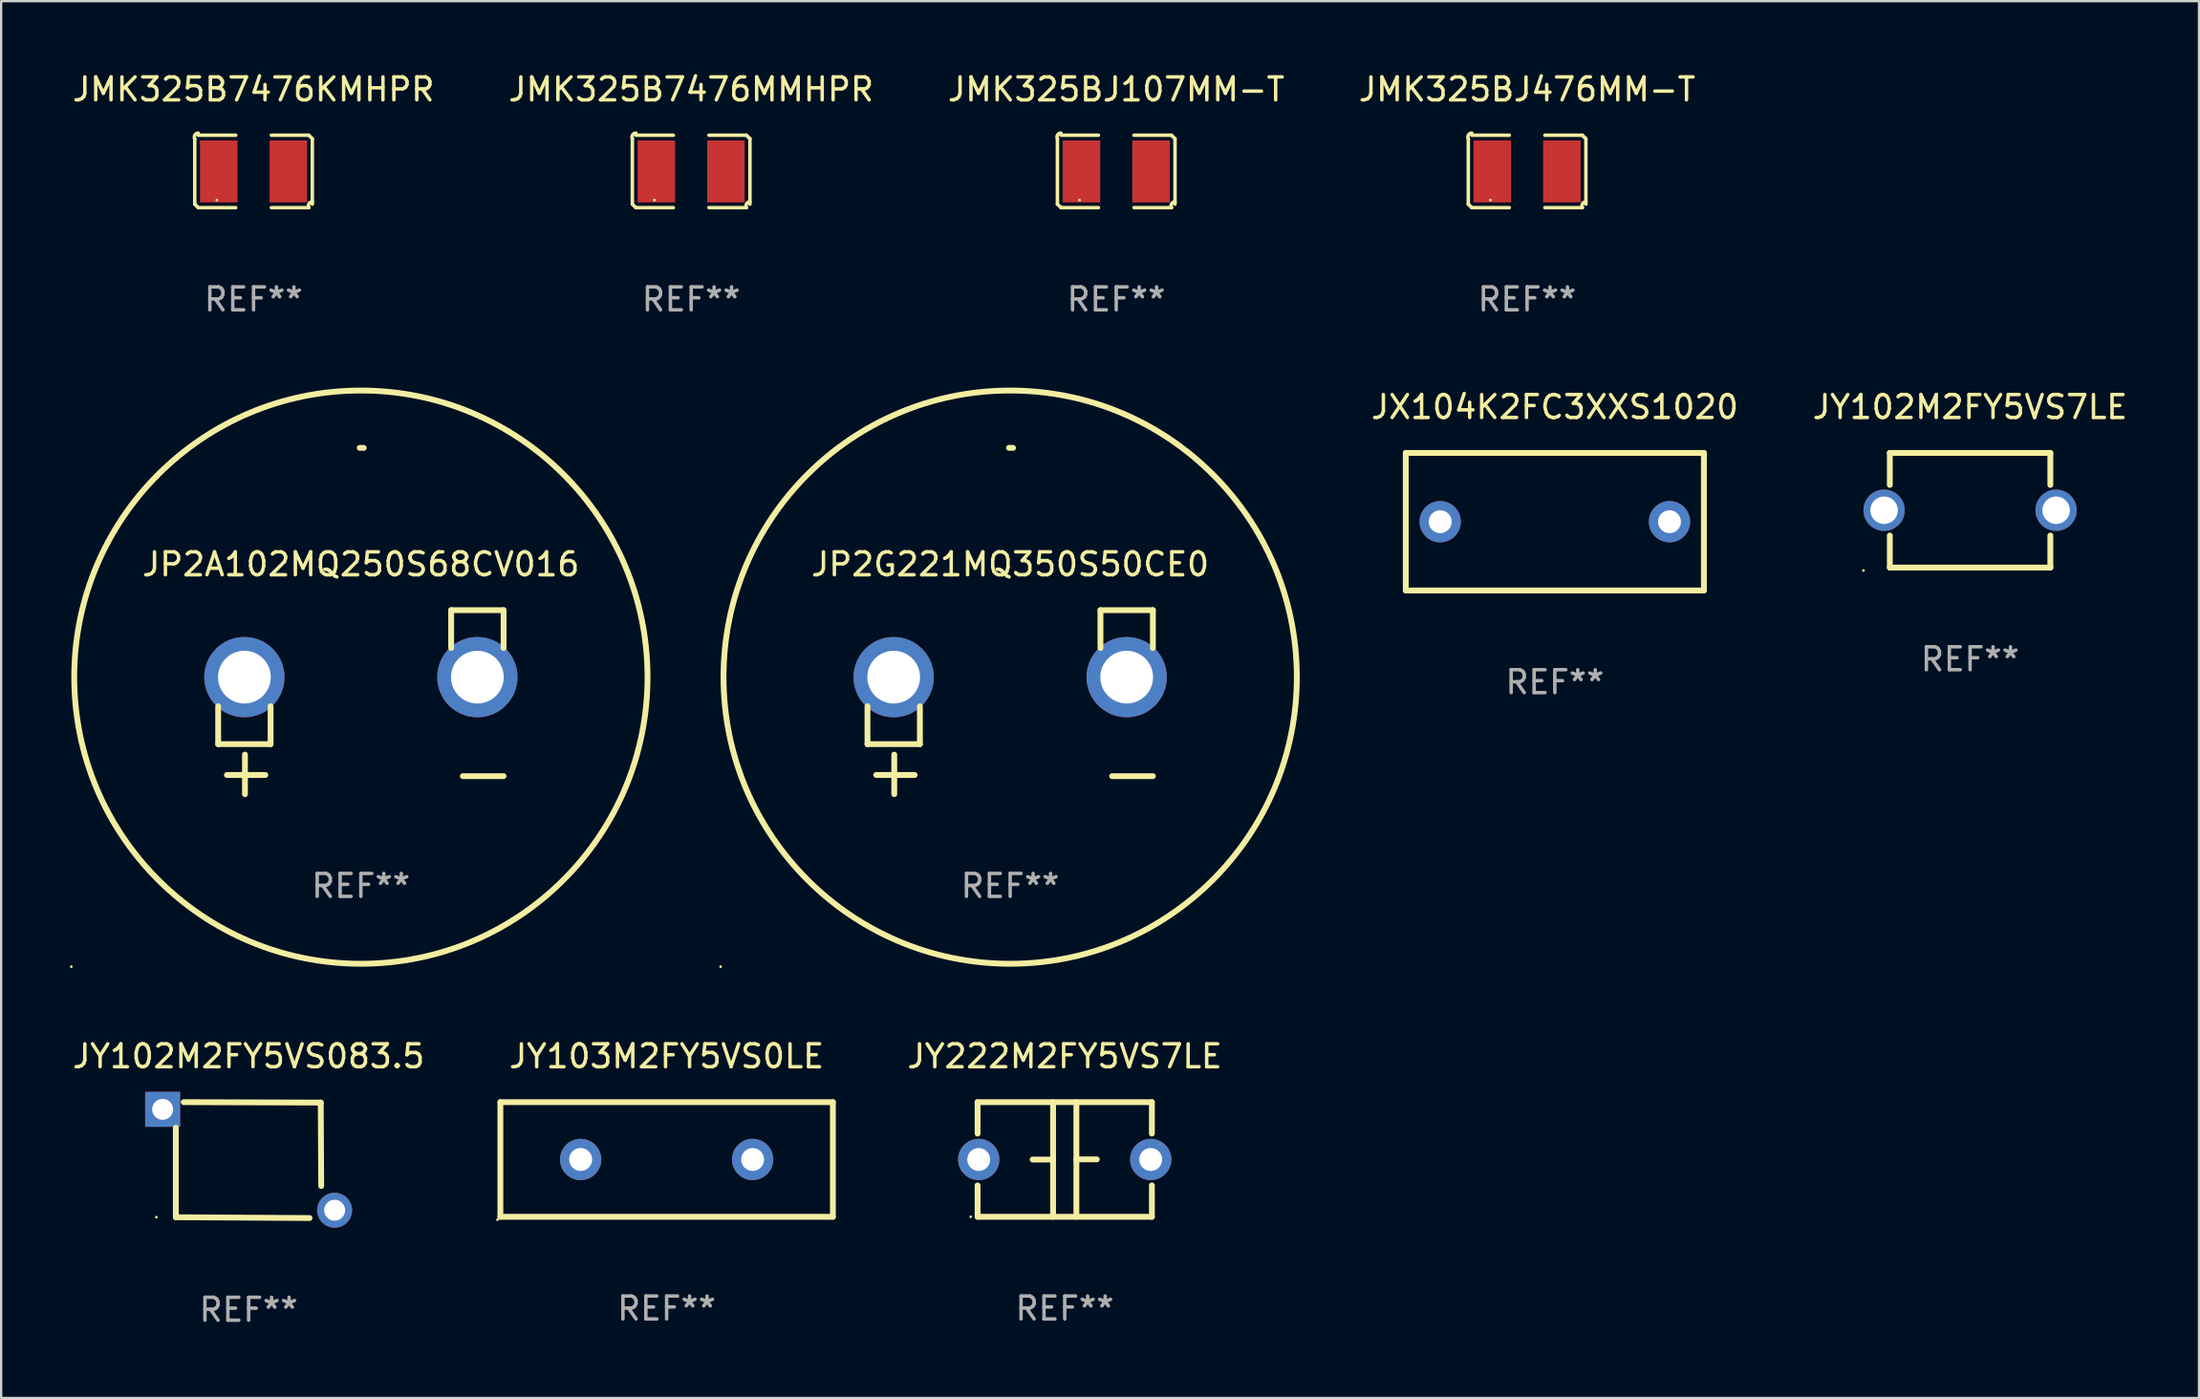
<source format=kicad_pcb>
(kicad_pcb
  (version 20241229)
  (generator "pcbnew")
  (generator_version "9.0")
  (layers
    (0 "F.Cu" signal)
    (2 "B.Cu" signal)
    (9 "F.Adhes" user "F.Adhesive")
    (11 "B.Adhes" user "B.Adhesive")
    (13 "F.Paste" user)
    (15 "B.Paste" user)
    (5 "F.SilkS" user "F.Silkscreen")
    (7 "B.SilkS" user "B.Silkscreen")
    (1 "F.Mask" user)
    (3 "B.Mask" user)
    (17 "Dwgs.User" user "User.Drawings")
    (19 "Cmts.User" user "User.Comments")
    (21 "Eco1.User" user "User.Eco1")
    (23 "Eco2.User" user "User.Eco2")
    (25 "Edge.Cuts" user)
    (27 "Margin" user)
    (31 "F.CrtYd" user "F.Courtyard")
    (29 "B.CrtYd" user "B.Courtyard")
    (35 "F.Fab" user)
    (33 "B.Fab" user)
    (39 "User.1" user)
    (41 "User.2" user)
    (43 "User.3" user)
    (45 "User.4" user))
  (footprint "JMK325BJ476MM-T"
    (layer "F.Cu")
    (at 63.542 4.427)
    (property "Reference" "JMK325BJ476MM-T" (at 0 -3.579 0) (layer "F.SilkS") (effects (font (size 1 1) (thickness 0.15))))
    (attr through_hole)
    (fp_line (start -2.564 1.426) (end -2.564 -1.426) (stroke (width 0.152) (type solid)) (layer "F.SilkS"))
    (fp_line (start -2.411 -1.579) (end -0.776 -1.579) (stroke (width 0.152) (type solid)) (layer "F.SilkS"))
    (fp_line (start -0.776 1.579) (end -2.411 1.579) (stroke (width 0.152) (type solid)) (layer "F.SilkS"))
    (fp_line (start 0.776 1.579) (end 2.411 1.579) (stroke (width 0.152) (type solid)) (layer "F.SilkS"))
    (fp_line (start 2.411 -1.579) (end 0.776 -1.579) (stroke (width 0.152) (type solid)) (layer "F.SilkS"))
    (fp_line (start 2.564 1.426) (end 2.564 -1.426) (stroke (width 0.152) (type solid)) (layer "F.SilkS"))
    (fp_arc (start -2.563602 -1.426213) (mid -2.555597 -1.591233) (end -2.411201 -1.671518) (stroke (width 0.1524) (type solid)) (layer "F.SilkS"))
    (fp_arc (start -2.5636 1.426214) (mid -2.487389 1.502402) (end -2.411201 1.578613) (stroke (width 0.1524) (type solid)) (layer "F.SilkS"))
    (fp_arc (start 2.411197 -1.578618) (mid 2.487403 -1.502419) (end 2.563602 -1.426213) (stroke (width 0.1524) (type solid)) (layer "F.SilkS"))
    (fp_arc (start 2.411201 1.578613) (mid 2.416214 1.409455) (end 2.563602 1.32629) (stroke (width 0.1524) (type solid)) (layer "F.SilkS"))
    (fp_circle (center -1.6 1.25) (end -1.57 1.25) (stroke (width 0.06) (type solid)) (fill no) (layer "F.SilkS"))
    (fp_text user "REF**" (at 0 5.579 0) (layer "F.Fab") (effects (font (size 1 1) (thickness 0.15))))
    (pad "1" smd rect (at -1.517 0) (size 1.635 2.7) (layers "F.Cu" "F.Mask" "F.Paste"))
    (pad "2" smd rect (at 1.517 0) (size 1.635 2.7) (layers "F.Cu" "F.Mask" "F.Paste")))
  (footprint "JX104K2FC3XXS1020"
    (layer "F.Cu")
    (at 64.752 19.702)
    (property "Reference" "JX104K2FC3XXS1020" (at 0 -5 0) (layer "F.SilkS") (effects (font (size 1 1) (thickness 0.15))))
    (attr through_hole)
    (fp_line (start -6.5 -3) (end 6.5 -3) (stroke (width 0.254) (type solid)) (layer "F.SilkS"))
    (fp_line (start -6.5 3) (end -6.5 -3) (stroke (width 0.254) (type solid)) (layer "F.SilkS"))
    (fp_line (start 6.5 -3) (end 6.5 3) (stroke (width 0.254) (type solid)) (layer "F.SilkS"))
    (fp_line (start 6.5 3) (end -6.5 3) (stroke (width 0.254) (type solid)) (layer "F.SilkS"))
    (fp_circle (center -6.5 3) (end -6.47 3) (stroke (width 0.06) (type solid)) (fill no) (layer "F.SilkS"))
    (fp_text user "REF**" (at 0 7 0) (layer "F.Fab") (effects (font (size 1 1) (thickness 0.15))))
    (pad "1" thru_hole circle (at -5 0) (size 1.8 1.8) (drill 1) (layers "*.Cu" "*.Mask"))
    (pad "2" thru_hole circle (at 5 0) (size 1.8 1.8) (drill 1) (layers "*.Cu" "*.Mask")))
  (footprint "JP2A102MQ250S68CV016"
    (layer "F.Cu")
    (at 12.687 27.573)
    (property "Reference" "JP2A102MQ250S68CV016" (at 0 -6.013 0) (layer "F.SilkS") (effects (font (size 1 1) (thickness 0.15))))
    (attr through_hole)
    (fp_line (start -6.223 0.178) (end -6.223 1.829) (stroke (width 0.254) (type solid)) (layer "F.SilkS"))
    (fp_line (start -6.223 1.829) (end -3.937 1.829) (stroke (width 0.254) (type solid)) (layer "F.SilkS"))
    (fp_line (start -5.055 4.013) (end -5.055 2.286) (stroke (width 0.254) (type solid)) (layer "F.SilkS"))
    (fp_line (start -4.166 3.175) (end -5.842 3.175) (stroke (width 0.254) (type solid)) (layer "F.SilkS"))
    (fp_line (start -3.937 1.829) (end -3.937 0.178) (stroke (width 0.254) (type solid)) (layer "F.SilkS"))
    (fp_line (start 3.937 -4.013) (end 3.937 -2.362) (stroke (width 0.254) (type solid)) (layer "F.SilkS"))
    (fp_line (start 6.223 -4.013) (end 3.937 -4.013) (stroke (width 0.254) (type solid)) (layer "F.SilkS"))
    (fp_line (start 6.223 -2.362) (end 6.223 -4.013) (stroke (width 0.254) (type solid)) (layer "F.SilkS"))
    (fp_line (start 6.223 3.226) (end 4.445 3.226) (stroke (width 0.254) (type solid)) (layer "F.SilkS"))
    (fp_arc (start -0.0508 -11.092202) (mid 0.036835 -11.091307) (end 0.12446 -11.089662) (stroke (width 0.254001) (type solid)) (layer "F.SilkS"))
    (fp_circle (center -12.627 11.535) (end -12.597 11.535) (stroke (width 0.06) (type solid)) (fill no) (layer "F.SilkS"))
    (fp_circle (center 0 -1.092) (end 12.5 -1.092) (stroke (width 0.254) (type solid)) (fill no) (layer "F.SilkS"))
    (fp_text user "REF**" (at 0 8.013 0) (layer "F.Fab") (effects (font (size 1 1) (thickness 0.15))))
    (pad "1" thru_hole circle (at -5.08 -1.092) (size 3.5 3.5) (drill 2.3) (layers "*.Cu" "*.Mask"))
    (pad "2" thru_hole circle (at 5.08 -1.092) (size 3.5 3.5) (drill 2.3) (layers "*.Cu" "*.Mask")))
  (footprint "JMK325B7476KMHPR"
    (layer "F.Cu")
    (at 8.006 4.427)
    (property "Reference" "JMK325B7476KMHPR" (at 0 -3.579 0) (layer "F.SilkS") (effects (font (size 1 1) (thickness 0.15))))
    (attr through_hole)
    (fp_line (start -2.564 1.426) (end -2.564 -1.426) (stroke (width 0.152) (type solid)) (layer "F.SilkS"))
    (fp_line (start -2.411 -1.579) (end -0.776 -1.579) (stroke (width 0.152) (type solid)) (layer "F.SilkS"))
    (fp_line (start -0.776 1.579) (end -2.411 1.579) (stroke (width 0.152) (type solid)) (layer "F.SilkS"))
    (fp_line (start 0.776 1.579) (end 2.411 1.579) (stroke (width 0.152) (type solid)) (layer "F.SilkS"))
    (fp_line (start 2.411 -1.579) (end 0.776 -1.579) (stroke (width 0.152) (type solid)) (layer "F.SilkS"))
    (fp_line (start 2.564 1.426) (end 2.564 -1.426) (stroke (width 0.152) (type solid)) (layer "F.SilkS"))
    (fp_arc (start -2.563602 -1.426213) (mid -2.555597 -1.591233) (end -2.411201 -1.671518) (stroke (width 0.1524) (type solid)) (layer "F.SilkS"))
    (fp_arc (start -2.5636 1.426214) (mid -2.487389 1.502402) (end -2.411201 1.578613) (stroke (width 0.1524) (type solid)) (layer "F.SilkS"))
    (fp_arc (start 2.411197 -1.578618) (mid 2.487403 -1.502419) (end 2.563602 -1.426213) (stroke (width 0.1524) (type solid)) (layer "F.SilkS"))
    (fp_arc (start 2.411201 1.578613) (mid 2.416214 1.409455) (end 2.563602 1.32629) (stroke (width 0.1524) (type solid)) (layer "F.SilkS"))
    (fp_circle (center -1.6 1.25) (end -1.57 1.25) (stroke (width 0.06) (type solid)) (fill no) (layer "F.SilkS"))
    (fp_text user "REF**" (at 0 5.579 0) (layer "F.Fab") (effects (font (size 1 1) (thickness 0.15))))
    (pad "1" smd rect (at -1.517 0) (size 1.635 2.7) (layers "F.Cu" "F.Mask" "F.Paste"))
    (pad "2" smd rect (at 1.517 0) (size 1.635 2.7) (layers "F.Cu" "F.Mask" "F.Paste")))
  (footprint "JMK325BJ107MM-T"
    (layer "F.Cu")
    (at 45.625 4.427)
    (property "Reference" "JMK325BJ107MM-T" (at 0 -3.579 0) (layer "F.SilkS") (effects (font (size 1 1) (thickness 0.15))))
    (attr through_hole)
    (fp_line (start -2.564 1.426) (end -2.564 -1.426) (stroke (width 0.152) (type solid)) (layer "F.SilkS"))
    (fp_line (start -2.411 -1.579) (end -0.776 -1.579) (stroke (width 0.152) (type solid)) (layer "F.SilkS"))
    (fp_line (start -0.776 1.579) (end -2.411 1.579) (stroke (width 0.152) (type solid)) (layer "F.SilkS"))
    (fp_line (start 0.776 1.579) (end 2.411 1.579) (stroke (width 0.152) (type solid)) (layer "F.SilkS"))
    (fp_line (start 2.411 -1.579) (end 0.776 -1.579) (stroke (width 0.152) (type solid)) (layer "F.SilkS"))
    (fp_line (start 2.564 1.426) (end 2.564 -1.426) (stroke (width 0.152) (type solid)) (layer "F.SilkS"))
    (fp_arc (start -2.563602 -1.426213) (mid -2.555597 -1.591233) (end -2.411201 -1.671518) (stroke (width 0.1524) (type solid)) (layer "F.SilkS"))
    (fp_arc (start -2.5636 1.426214) (mid -2.487389 1.502402) (end -2.411201 1.578613) (stroke (width 0.1524) (type solid)) (layer "F.SilkS"))
    (fp_arc (start 2.411197 -1.578618) (mid 2.487403 -1.502419) (end 2.563602 -1.426213) (stroke (width 0.1524) (type solid)) (layer "F.SilkS"))
    (fp_arc (start 2.411201 1.578613) (mid 2.416214 1.409455) (end 2.563602 1.32629) (stroke (width 0.1524) (type solid)) (layer "F.SilkS"))
    (fp_circle (center -1.6 1.25) (end -1.57 1.25) (stroke (width 0.06) (type solid)) (fill no) (layer "F.SilkS"))
    (fp_text user "REF**" (at 0 5.579 0) (layer "F.Fab") (effects (font (size 1 1) (thickness 0.15))))
    (pad "1" smd rect (at -1.517 0) (size 1.635 2.7) (layers "F.Cu" "F.Mask" "F.Paste"))
    (pad "2" smd rect (at 1.517 0) (size 1.635 2.7) (layers "F.Cu" "F.Mask" "F.Paste")))
  (footprint "JY103M2FY5VS0LE"
    (layer "F.Cu")
    (at 26.02 47.516)
    (property "Reference" "JY103M2FY5VS0LE" (at 0 -4.5 0) (layer "F.SilkS") (effects (font (size 1 1) (thickness 0.15))))
    (attr through_hole)
    (fp_line (start -7.25 -2.5) (end -7.25 2.5) (stroke (width 0.254) (type solid)) (layer "F.SilkS"))
    (fp_line (start -7.25 -2.5) (end 7.25 -2.5) (stroke (width 0.254) (type solid)) (layer "F.SilkS"))
    (fp_line (start 7.25 2.5) (end -7.25 2.5) (stroke (width 0.254) (type solid)) (layer "F.SilkS"))
    (fp_line (start 7.25 -2.5) (end 7.25 2.5) (stroke (width 0.254) (type solid)) (layer "F.SilkS"))
    (fp_circle (center -7.377 2.627) (end -7.347 2.627) (stroke (width 0.06) (type solid)) (fill no) (layer "F.SilkS"))
    (fp_text user "REF**" (at 0 6.5 0) (layer "F.Fab") (effects (font (size 1 1) (thickness 0.15))))
    (pad "1" thru_hole circle (at -3.75 0) (size 1.8 1.8) (drill 1) (layers "*.Cu" "*.Mask"))
    (pad "2" thru_hole circle (at 3.75 0) (size 1.8 1.8) (drill 1) (layers "*.Cu" "*.Mask")))
  (footprint "JMK325B7476MMHPR"
    (layer "F.Cu")
    (at 27.089 4.427)
    (property "Reference" "JMK325B7476MMHPR" (at 0 -3.579 0) (layer "F.SilkS") (effects (font (size 1 1) (thickness 0.15))))
    (attr through_hole)
    (fp_line (start -2.564 1.426) (end -2.564 -1.426) (stroke (width 0.152) (type solid)) (layer "F.SilkS"))
    (fp_line (start -2.411 -1.579) (end -0.776 -1.579) (stroke (width 0.152) (type solid)) (layer "F.SilkS"))
    (fp_line (start -0.776 1.579) (end -2.411 1.579) (stroke (width 0.152) (type solid)) (layer "F.SilkS"))
    (fp_line (start 0.776 1.579) (end 2.411 1.579) (stroke (width 0.152) (type solid)) (layer "F.SilkS"))
    (fp_line (start 2.411 -1.579) (end 0.776 -1.579) (stroke (width 0.152) (type solid)) (layer "F.SilkS"))
    (fp_line (start 2.564 1.426) (end 2.564 -1.426) (stroke (width 0.152) (type solid)) (layer "F.SilkS"))
    (fp_arc (start -2.563602 -1.426213) (mid -2.555597 -1.591233) (end -2.411201 -1.671518) (stroke (width 0.1524) (type solid)) (layer "F.SilkS"))
    (fp_arc (start -2.5636 1.426214) (mid -2.487389 1.502402) (end -2.411201 1.578613) (stroke (width 0.1524) (type solid)) (layer "F.SilkS"))
    (fp_arc (start 2.411197 -1.578618) (mid 2.487403 -1.502419) (end 2.563602 -1.426213) (stroke (width 0.1524) (type solid)) (layer "F.SilkS"))
    (fp_arc (start 2.411201 1.578613) (mid 2.416214 1.409455) (end 2.563602 1.32629) (stroke (width 0.1524) (type solid)) (layer "F.SilkS"))
    (fp_circle (center -1.6 1.25) (end -1.57 1.25) (stroke (width 0.06) (type solid)) (fill no) (layer "F.SilkS"))
    (fp_text user "REF**" (at 0 5.579 0) (layer "F.Fab") (effects (font (size 1 1) (thickness 0.15))))
    (pad "1" smd rect (at -1.517 0) (size 1.635 2.7) (layers "F.Cu" "F.Mask" "F.Paste"))
    (pad "2" smd rect (at 1.517 0) (size 1.635 2.7) (layers "F.Cu" "F.Mask" "F.Paste")))
  (footprint "JY222M2FY5VS7LE"
    (layer "F.Cu")
    (at 43.38 47.516)
    (property "Reference" "JY222M2FY5VS7LE" (at 0 -4.5 0) (layer "F.SilkS") (effects (font (size 1 1) (thickness 0.15))))
    (attr through_hole)
    (fp_line (start -3.8 -2.5) (end -3.8 -1.13) (stroke (width 0.254) (type solid)) (layer "F.SilkS"))
    (fp_line (start -3.8 -2.5) (end 3.8 -2.5) (stroke (width 0.254) (type solid)) (layer "F.SilkS"))
    (fp_line (start -3.8 1.13) (end -3.8 2.5) (stroke (width 0.254) (type solid)) (layer "F.SilkS"))
    (fp_line (start -3.8 2.5) (end 3.8 2.5) (stroke (width 0.254) (type solid)) (layer "F.SilkS"))
    (fp_line (start -0.508 0.004) (end -1.4 0.004) (stroke (width 0.254) (type solid)) (layer "F.SilkS"))
    (fp_line (start -0.508 2.5) (end -0.508 -2.5) (stroke (width 0.254) (type solid)) (layer "F.SilkS"))
    (fp_line (start 0.508 -2.5) (end 0.508 2.5) (stroke (width 0.254) (type solid)) (layer "F.SilkS"))
    (fp_line (start 0.508 -0.004) (end 1.4 -0.004) (stroke (width 0.254) (type solid)) (layer "F.SilkS"))
    (fp_line (start 3.8 -2.5) (end 3.8 -1.13) (stroke (width 0.254) (type solid)) (layer "F.SilkS"))
    (fp_line (start 3.8 1.13) (end 3.8 2.5) (stroke (width 0.254) (type solid)) (layer "F.SilkS"))
    (fp_circle (center -4.1 2.5) (end -4.07 2.5) (stroke (width 0.06) (type solid)) (fill no) (layer "F.SilkS"))
    (fp_text user "REF**" (at 0 6.5 0) (layer "F.Fab") (effects (font (size 1 1) (thickness 0.15))))
    (pad "1" thru_hole circle (at -3.75 0) (size 1.8 1.8) (drill 1) (layers "*.Cu" "*.Mask"))
    (pad "2" thru_hole circle (at 3.75 0) (size 1.8 1.8) (drill 1) (layers "*.Cu" "*.Mask")))
  (footprint "JY102M2FY5VS083.5"
    (layer "F.Cu")
    (at 7.792 47.543)
    (property "Reference" "JY102M2FY5VS083.5" (at 0 -4.527 0) (layer "F.SilkS") (effects (font (size 1 1) (thickness 0.15))))
    (attr through_hole)
    (fp_line (start -3.175 2.492) (end -3.175 -1.411) (stroke (width 0.254) (type solid)) (layer "F.SilkS"))
    (fp_line (start -3.175 2.492) (end 2.657 2.527) (stroke (width 0.254) (type solid)) (layer "F.SilkS"))
    (fp_line (start 3.145 -2.508) (end -2.829 -2.527) (stroke (width 0.254) (type solid)) (layer "F.SilkS"))
    (fp_line (start 3.145 -2.508) (end 3.165 1.13) (stroke (width 0.254) (type solid)) (layer "F.SilkS"))
    (fp_circle (center -4.025 2.488) (end -3.995 2.488) (stroke (width 0.06) (type solid)) (fill no) (layer "F.SilkS"))
    (fp_text user "REF**" (at 0 6.527 0) (layer "F.Fab") (effects (font (size 1 1) (thickness 0.15))))
    (pad "1" thru_hole rect (at -3.75 -2.213) (size 1.524 1.524) (drill 0.914) (layers "*.Cu" "*.Mask"))
    (pad "2" thru_hole circle (at 3.75 2.187) (size 1.524 1.524) (drill 0.914) (layers "*.Cu" "*.Mask")))
  (footprint "JP2G221MQ350S50CE0"
    (layer "F.Cu")
    (at 41.001 27.573)
    (property "Reference" "JP2G221MQ350S50CE0" (at 0 -6.013 0) (layer "F.SilkS") (effects (font (size 1 1) (thickness 0.15))))
    (attr through_hole)
    (fp_line (start -6.223 0.178) (end -6.223 1.829) (stroke (width 0.254) (type solid)) (layer "F.SilkS"))
    (fp_line (start -6.223 1.829) (end -3.937 1.829) (stroke (width 0.254) (type solid)) (layer "F.SilkS"))
    (fp_line (start -5.055 4.013) (end -5.055 2.286) (stroke (width 0.254) (type solid)) (layer "F.SilkS"))
    (fp_line (start -4.166 3.175) (end -5.842 3.175) (stroke (width 0.254) (type solid)) (layer "F.SilkS"))
    (fp_line (start -3.937 1.829) (end -3.937 0.178) (stroke (width 0.254) (type solid)) (layer "F.SilkS"))
    (fp_line (start 3.937 -4.013) (end 3.937 -2.362) (stroke (width 0.254) (type solid)) (layer "F.SilkS"))
    (fp_line (start 6.223 -4.013) (end 3.937 -4.013) (stroke (width 0.254) (type solid)) (layer "F.SilkS"))
    (fp_line (start 6.223 -2.362) (end 6.223 -4.013) (stroke (width 0.254) (type solid)) (layer "F.SilkS"))
    (fp_line (start 6.223 3.226) (end 4.445 3.226) (stroke (width 0.254) (type solid)) (layer "F.SilkS"))
    (fp_arc (start -0.0508 -11.092202) (mid 0.036835 -11.091307) (end 0.12446 -11.089662) (stroke (width 0.254001) (type solid)) (layer "F.SilkS"))
    (fp_circle (center -12.627 11.535) (end -12.597 11.535) (stroke (width 0.06) (type solid)) (fill no) (layer "F.SilkS"))
    (fp_circle (center 0 -1.092) (end 12.5 -1.092) (stroke (width 0.254) (type solid)) (fill no) (layer "F.SilkS"))
    (fp_text user "REF**" (at 0 8.013 0) (layer "F.Fab") (effects (font (size 1 1) (thickness 0.15))))
    (pad "1" thru_hole circle (at -5.08 -1.092) (size 3.5 3.5) (drill 2.3) (layers "*.Cu" "*.Mask"))
    (pad "2" thru_hole circle (at 5.08 -1.092) (size 3.5 3.5) (drill 2.3) (layers "*.Cu" "*.Mask")))
  (footprint "JY102M2FY5VS7LE"
    (layer "F.Cu")
    (at 82.86 19.202)
    (property "Reference" "JY102M2FY5VS7LE" (at 0 -4.5 0) (layer "F.SilkS") (effects (font (size 1 1) (thickness 0.15))))
    (attr through_hole)
    (fp_line (start -3.5 -2.5) (end -3.5 -1.103) (stroke (width 0.254) (type solid)) (layer "F.SilkS"))
    (fp_line (start -3.5 -2.5) (end 3.5 -2.5) (stroke (width 0.254) (type solid)) (layer "F.SilkS"))
    (fp_line (start -3.5 1.103) (end -3.5 2.5) (stroke (width 0.254) (type solid)) (layer "F.SilkS"))
    (fp_line (start 3.5 -2.5) (end 3.5 -1.103) (stroke (width 0.254) (type solid)) (layer "F.SilkS"))
    (fp_line (start 3.5 1.103) (end 3.5 2.5) (stroke (width 0.254) (type solid)) (layer "F.SilkS"))
    (fp_line (start 3.5 2.5) (end -3.5 2.5) (stroke (width 0.254) (type solid)) (layer "F.SilkS"))
    (fp_circle (center -4.65 2.627) (end -4.62 2.627) (stroke (width 0.06) (type solid)) (fill no) (layer "F.SilkS"))
    (fp_text user "REF**" (at 0 6.5 0) (layer "F.Fab") (effects (font (size 1 1) (thickness 0.15))))
    (pad "1" thru_hole circle (at -3.75 0) (size 1.8 1.8) (drill 1.2) (layers "*.Cu" "*.Mask"))
    (pad "2" thru_hole circle (at 3.75 0) (size 1.8 1.8) (drill 1.2) (layers "*.Cu" "*.Mask")))
  (gr_rect
    (start -3 -3)
    (end 92.842 57.919)
    (stroke (width 0.1) (type default))
    (fill no)
    (layer "Edge.Cuts")))
</source>
